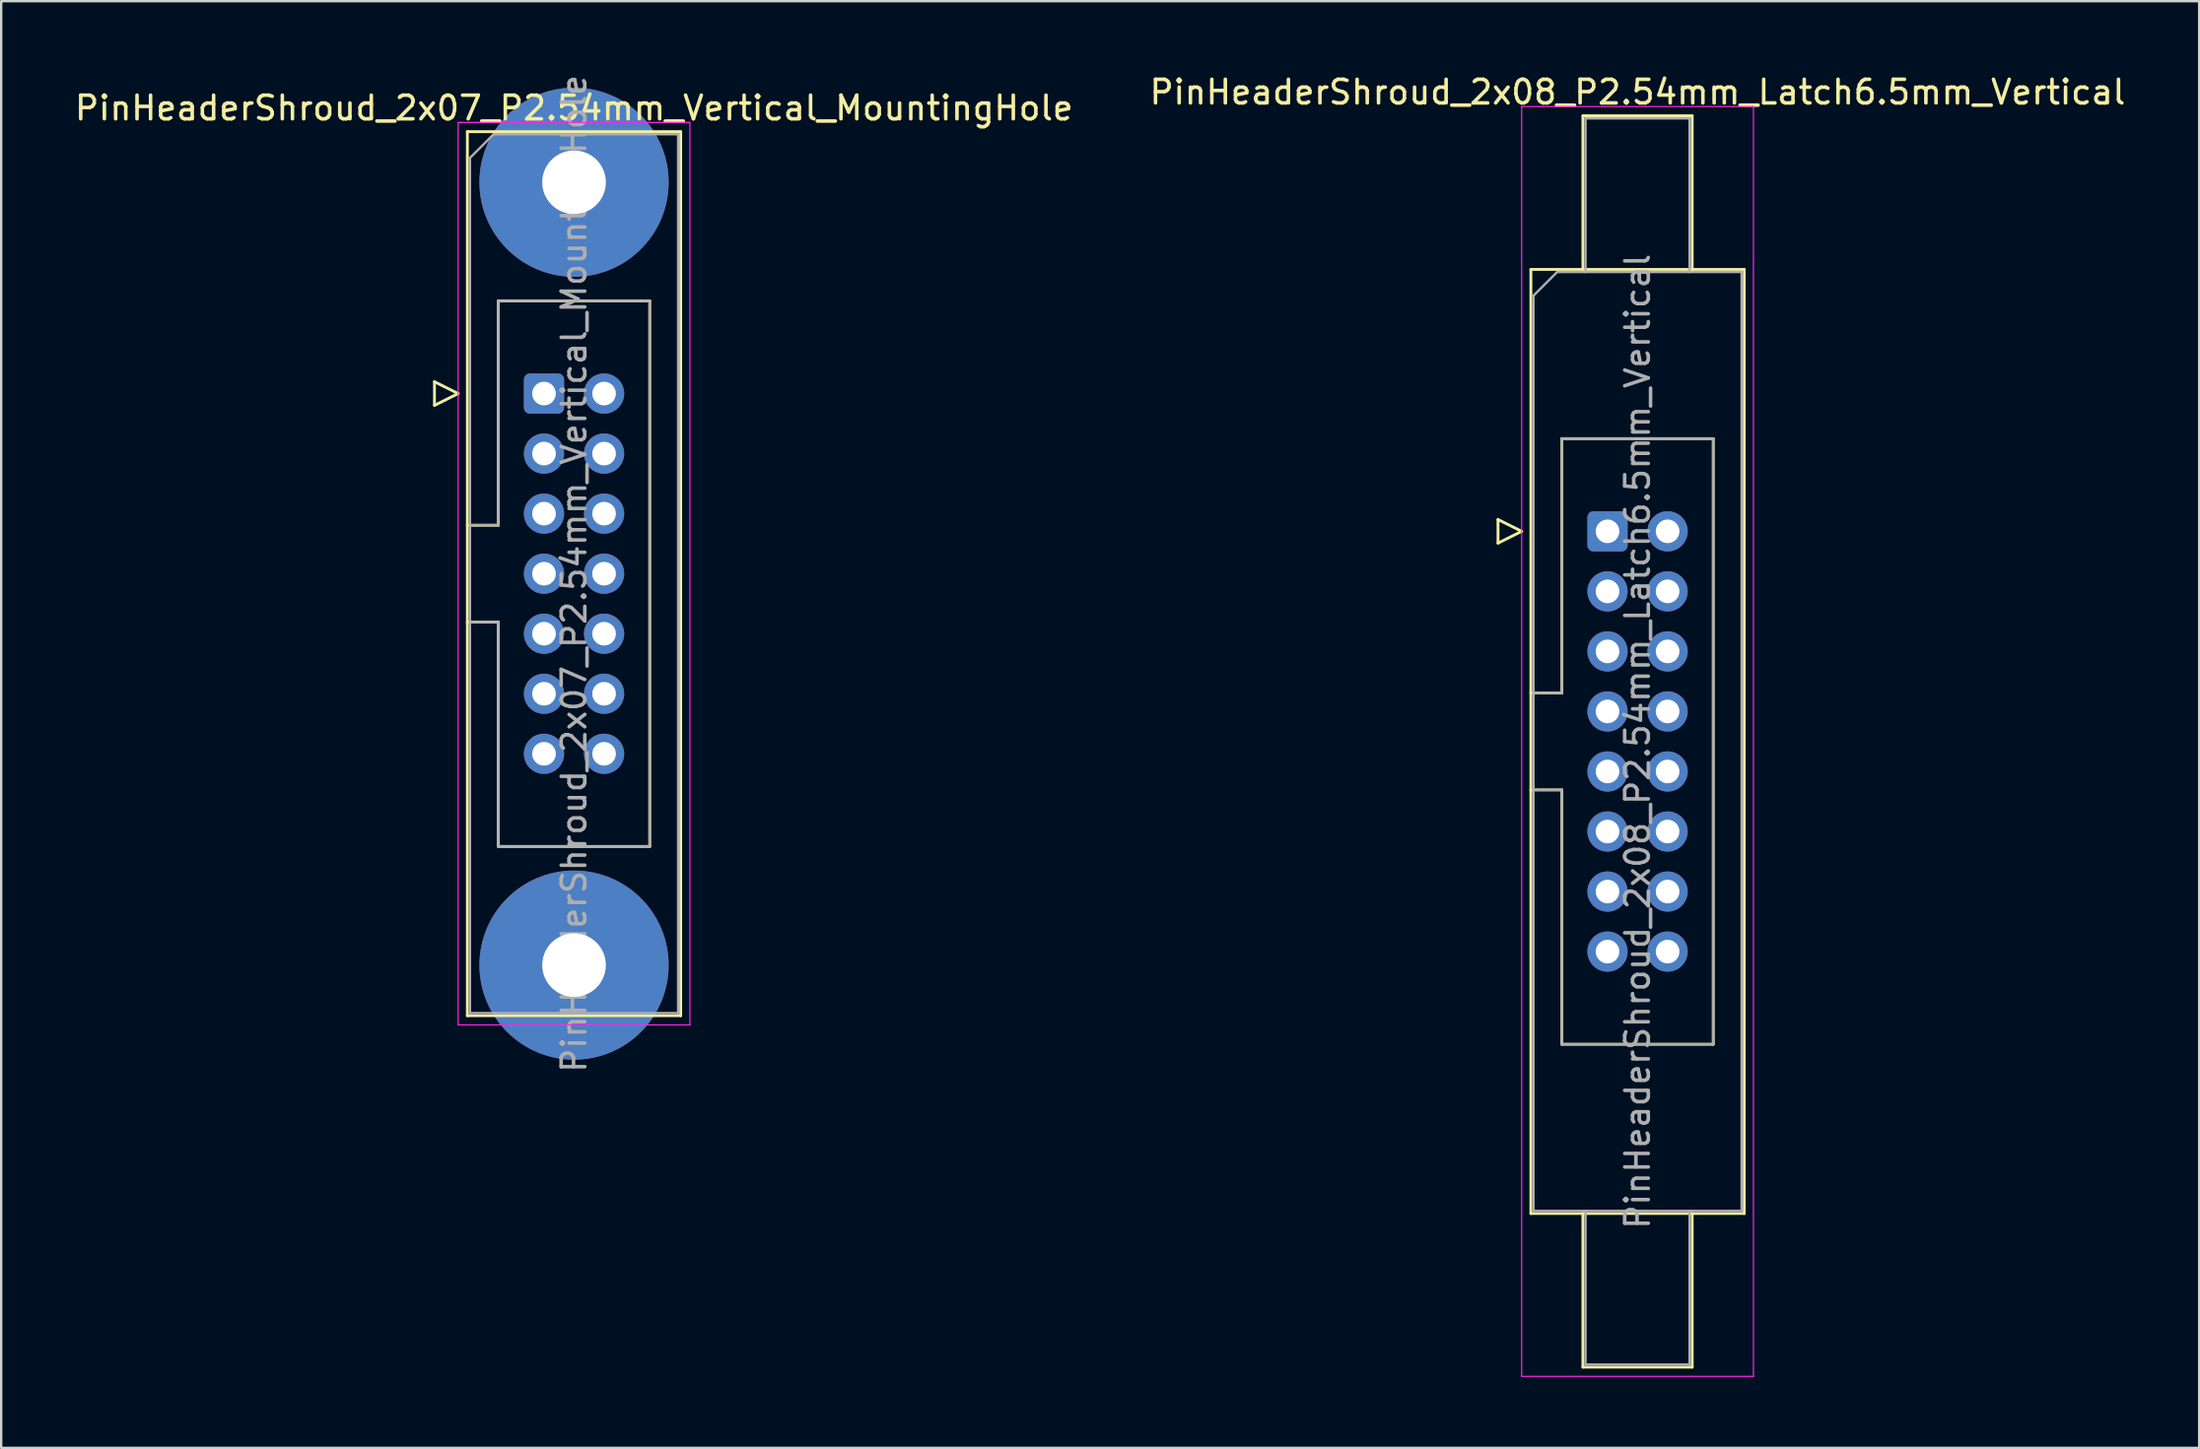
<source format=kicad_pcb>
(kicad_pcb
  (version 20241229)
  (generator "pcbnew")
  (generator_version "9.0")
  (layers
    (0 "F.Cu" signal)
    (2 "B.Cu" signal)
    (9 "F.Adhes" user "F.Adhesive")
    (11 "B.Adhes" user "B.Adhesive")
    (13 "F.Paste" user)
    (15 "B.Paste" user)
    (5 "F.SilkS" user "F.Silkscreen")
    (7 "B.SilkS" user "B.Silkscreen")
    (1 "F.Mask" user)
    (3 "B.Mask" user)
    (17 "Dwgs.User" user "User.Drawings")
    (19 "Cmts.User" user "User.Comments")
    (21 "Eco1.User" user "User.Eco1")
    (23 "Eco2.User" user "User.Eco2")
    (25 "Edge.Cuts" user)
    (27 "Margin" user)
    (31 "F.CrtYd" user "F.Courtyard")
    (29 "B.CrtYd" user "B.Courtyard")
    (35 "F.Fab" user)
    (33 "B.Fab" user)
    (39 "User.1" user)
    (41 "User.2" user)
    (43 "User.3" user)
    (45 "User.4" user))
  (footprint "PinHeaderShroud_2x07_P2.54mm_Vertical_MountingHole"
    (layer "F.Cu")
    (at 19.95 13.6)
    (property "Reference" "PinHeaderShroud_2x07_P2.54mm_Vertical_MountingHole" (at 1.27 -12.08 0) (layer "F.SilkS") (effects (font (size 1 1) (thickness 0.15))))
    (attr through_hole)
    (fp_line (start -4.63 -0.5) (end -4.63 0.5) (stroke (width 0.12) (type solid)) (layer "F.SilkS"))
    (fp_line (start -4.63 0.5) (end -3.63 0) (stroke (width 0.12) (type solid)) (layer "F.SilkS"))
    (fp_line (start -3.63 0) (end -4.63 -0.5) (stroke (width 0.12) (type solid)) (layer "F.SilkS"))
    (fp_line (start -3.24 -11.08) (end 5.78 -11.08) (stroke (width 0.12) (type solid)) (layer "F.SilkS"))
    (fp_line (start -3.24 5.57) (end -1.93 5.57) (stroke (width 0.12) (type solid)) (layer "F.SilkS"))
    (fp_line (start -3.24 9.67) (end -1.93 9.67) (stroke (width 0.12) (type solid)) (layer "F.SilkS"))
    (fp_line (start -3.24 26.32) (end -3.24 -11.08) (stroke (width 0.12) (type solid)) (layer "F.SilkS"))
    (fp_line (start -1.93 -3.92) (end 4.47 -3.92) (stroke (width 0.12) (type solid)) (layer "F.SilkS"))
    (fp_line (start -1.93 5.57) (end -1.93 -3.92) (stroke (width 0.12) (type solid)) (layer "F.SilkS"))
    (fp_line (start -1.93 19.16) (end -1.93 9.67) (stroke (width 0.12) (type solid)) (layer "F.SilkS"))
    (fp_line (start 4.47 -3.92) (end 4.47 19.16) (stroke (width 0.12) (type solid)) (layer "F.SilkS"))
    (fp_line (start 4.47 19.16) (end -1.93 19.16) (stroke (width 0.12) (type solid)) (layer "F.SilkS"))
    (fp_line (start 5.78 -11.08) (end 5.78 26.32) (stroke (width 0.12) (type solid)) (layer "F.SilkS"))
    (fp_line (start 5.78 26.32) (end -3.24 26.32) (stroke (width 0.12) (type solid)) (layer "F.SilkS"))
    (fp_line (start -3.63 -11.47) (end -3.63 26.71) (stroke (width 0.05) (type solid)) (layer "F.CrtYd"))
    (fp_line (start -3.63 26.71) (end 6.17 26.71) (stroke (width 0.05) (type solid)) (layer "F.CrtYd"))
    (fp_line (start 6.17 -11.47) (end -3.63 -11.47) (stroke (width 0.05) (type solid)) (layer "F.CrtYd"))
    (fp_line (start 6.17 26.71) (end 6.17 -11.47) (stroke (width 0.05) (type solid)) (layer "F.CrtYd"))
    (fp_line (start -3.13 -9.97) (end -2.13 -10.97) (stroke (width 0.1) (type solid)) (layer "F.Fab"))
    (fp_line (start -3.13 5.57) (end -1.93 5.57) (stroke (width 0.1) (type solid)) (layer "F.Fab"))
    (fp_line (start -3.13 9.67) (end -1.93 9.67) (stroke (width 0.1) (type solid)) (layer "F.Fab"))
    (fp_line (start -3.13 26.21) (end -3.13 -9.97) (stroke (width 0.1) (type solid)) (layer "F.Fab"))
    (fp_line (start -2.13 -10.97) (end 5.67 -10.97) (stroke (width 0.1) (type solid)) (layer "F.Fab"))
    (fp_line (start -1.93 -3.92) (end 4.47 -3.92) (stroke (width 0.1) (type solid)) (layer "F.Fab"))
    (fp_line (start -1.93 5.57) (end -1.93 -3.92) (stroke (width 0.1) (type solid)) (layer "F.Fab"))
    (fp_line (start -1.93 19.16) (end -1.93 9.67) (stroke (width 0.1) (type solid)) (layer "F.Fab"))
    (fp_line (start 4.47 -3.92) (end 4.47 19.16) (stroke (width 0.1) (type solid)) (layer "F.Fab"))
    (fp_line (start 4.47 19.16) (end -1.93 19.16) (stroke (width 0.1) (type solid)) (layer "F.Fab"))
    (fp_line (start 5.67 -10.97) (end 5.67 26.21) (stroke (width 0.1) (type solid)) (layer "F.Fab"))
    (fp_line (start 5.67 26.21) (end -3.13 26.21) (stroke (width 0.1) (type solid)) (layer "F.Fab"))
    (fp_text user "${REFERENCE}" (at 1.27 7.62 90) (layer "F.Fab") (effects (font (size 1 1) (thickness 0.15))))
    (pad "" thru_hole circle (at 1.27 -8.94) (size 8 8) (drill 2.69) (layers "*.Cu" "*.Mask"))
    (pad "" thru_hole circle (at 1.27 24.18) (size 8 8) (drill 2.69) (layers "*.Cu" "*.Mask"))
    (pad "1" thru_hole roundrect (at 0 0) (size 1.7 1.7) (drill 1) (layers "*.Cu" "*.Mask") (roundrect_rratio 0.147))
    (pad "2" thru_hole circle (at 2.54 0) (size 1.7 1.7) (drill 1) (layers "*.Cu" "*.Mask"))
    (pad "3" thru_hole circle (at 0 2.54) (size 1.7 1.7) (drill 1) (layers "*.Cu" "*.Mask"))
    (pad "4" thru_hole circle (at 2.54 2.54) (size 1.7 1.7) (drill 1) (layers "*.Cu" "*.Mask"))
    (pad "5" thru_hole circle (at 0 5.08) (size 1.7 1.7) (drill 1) (layers "*.Cu" "*.Mask"))
    (pad "6" thru_hole circle (at 2.54 5.08) (size 1.7 1.7) (drill 1) (layers "*.Cu" "*.Mask"))
    (pad "7" thru_hole circle (at 0 7.62) (size 1.7 1.7) (drill 1) (layers "*.Cu" "*.Mask"))
    (pad "8" thru_hole circle (at 2.54 7.62) (size 1.7 1.7) (drill 1) (layers "*.Cu" "*.Mask"))
    (pad "9" thru_hole circle (at 0 10.16) (size 1.7 1.7) (drill 1) (layers "*.Cu" "*.Mask"))
    (pad "10" thru_hole circle (at 2.54 10.16) (size 1.7 1.7) (drill 1) (layers "*.Cu" "*.Mask"))
    (pad "11" thru_hole circle (at 0 12.7) (size 1.7 1.7) (drill 1) (layers "*.Cu" "*.Mask"))
    (pad "12" thru_hole circle (at 2.54 12.7) (size 1.7 1.7) (drill 1) (layers "*.Cu" "*.Mask"))
    (pad "13" thru_hole circle (at 0 15.24) (size 1.7 1.7) (drill 1) (layers "*.Cu" "*.Mask"))
    (pad "14" thru_hole circle (at 2.54 15.24) (size 1.7 1.7) (drill 1) (layers "*.Cu" "*.Mask")))
  (footprint "PinHeaderShroud_2x08_P2.54mm_Latch6.5mm_Vertical"
    (layer "F.Cu")
    (at 64.915 19.428)
    (property "Reference" "PinHeaderShroud_2x08_P2.54mm_Latch6.5mm_Vertical" (at 1.27 -18.58 0) (layer "F.SilkS") (effects (font (size 1 1) (thickness 0.15))))
    (attr through_hole)
    (fp_line (start -4.63 -0.5) (end -4.63 0.5) (stroke (width 0.12) (type solid)) (layer "F.SilkS"))
    (fp_line (start -4.63 0.5) (end -3.63 0) (stroke (width 0.12) (type solid)) (layer "F.SilkS"))
    (fp_line (start -3.63 0) (end -4.63 -0.5) (stroke (width 0.12) (type solid)) (layer "F.SilkS"))
    (fp_line (start -3.24 -11.08) (end 5.78 -11.08) (stroke (width 0.12) (type solid)) (layer "F.SilkS"))
    (fp_line (start -3.24 6.84) (end -1.93 6.84) (stroke (width 0.12) (type solid)) (layer "F.SilkS"))
    (fp_line (start -3.24 10.94) (end -1.93 10.94) (stroke (width 0.12) (type solid)) (layer "F.SilkS"))
    (fp_line (start -3.24 28.86) (end -3.24 -11.08) (stroke (width 0.12) (type solid)) (layer "F.SilkS"))
    (fp_line (start -1.93 -3.92) (end 4.47 -3.92) (stroke (width 0.12) (type solid)) (layer "F.SilkS"))
    (fp_line (start -1.93 6.84) (end -1.93 -3.92) (stroke (width 0.12) (type solid)) (layer "F.SilkS"))
    (fp_line (start -1.93 21.7) (end -1.93 10.94) (stroke (width 0.12) (type solid)) (layer "F.SilkS"))
    (fp_line (start -1.04 -17.58) (end 3.58 -17.58) (stroke (width 0.12) (type solid)) (layer "F.SilkS"))
    (fp_line (start -1.04 -11.08) (end -1.04 -17.58) (stroke (width 0.12) (type solid)) (layer "F.SilkS"))
    (fp_line (start -1.04 28.86) (end -1.04 35.36) (stroke (width 0.12) (type solid)) (layer "F.SilkS"))
    (fp_line (start -1.04 35.36) (end 3.58 35.36) (stroke (width 0.12) (type solid)) (layer "F.SilkS"))
    (fp_line (start 3.58 -17.58) (end 3.58 -11.08) (stroke (width 0.12) (type solid)) (layer "F.SilkS"))
    (fp_line (start 3.58 35.36) (end 3.58 28.86) (stroke (width 0.12) (type solid)) (layer "F.SilkS"))
    (fp_line (start 4.47 -3.92) (end 4.47 21.7) (stroke (width 0.12) (type solid)) (layer "F.SilkS"))
    (fp_line (start 4.47 21.7) (end -1.93 21.7) (stroke (width 0.12) (type solid)) (layer "F.SilkS"))
    (fp_line (start 5.78 -11.08) (end 5.78 28.86) (stroke (width 0.12) (type solid)) (layer "F.SilkS"))
    (fp_line (start 5.78 28.86) (end -3.24 28.86) (stroke (width 0.12) (type solid)) (layer "F.SilkS"))
    (fp_line (start -3.63 -17.97) (end -3.63 35.75) (stroke (width 0.05) (type solid)) (layer "F.CrtYd"))
    (fp_line (start -3.63 35.75) (end 6.17 35.75) (stroke (width 0.05) (type solid)) (layer "F.CrtYd"))
    (fp_line (start 6.17 -17.97) (end -3.63 -17.97) (stroke (width 0.05) (type solid)) (layer "F.CrtYd"))
    (fp_line (start 6.17 35.75) (end 6.17 -17.97) (stroke (width 0.05) (type solid)) (layer "F.CrtYd"))
    (fp_line (start -3.13 -9.97) (end -2.13 -10.97) (stroke (width 0.1) (type solid)) (layer "F.Fab"))
    (fp_line (start -3.13 6.84) (end -1.93 6.84) (stroke (width 0.1) (type solid)) (layer "F.Fab"))
    (fp_line (start -3.13 10.94) (end -1.93 10.94) (stroke (width 0.1) (type solid)) (layer "F.Fab"))
    (fp_line (start -3.13 28.75) (end -3.13 -9.97) (stroke (width 0.1) (type solid)) (layer "F.Fab"))
    (fp_line (start -2.13 -10.97) (end 5.67 -10.97) (stroke (width 0.1) (type solid)) (layer "F.Fab"))
    (fp_line (start -1.93 -3.92) (end 4.47 -3.92) (stroke (width 0.1) (type solid)) (layer "F.Fab"))
    (fp_line (start -1.93 6.84) (end -1.93 -3.92) (stroke (width 0.1) (type solid)) (layer "F.Fab"))
    (fp_line (start -1.93 21.7) (end -1.93 10.94) (stroke (width 0.1) (type solid)) (layer "F.Fab"))
    (fp_line (start -0.93 -17.47) (end 3.47 -17.47) (stroke (width 0.1) (type solid)) (layer "F.Fab"))
    (fp_line (start -0.93 -10.97) (end -0.93 -17.47) (stroke (width 0.1) (type solid)) (layer "F.Fab"))
    (fp_line (start -0.93 28.75) (end -0.93 35.25) (stroke (width 0.1) (type solid)) (layer "F.Fab"))
    (fp_line (start -0.93 35.25) (end 3.47 35.25) (stroke (width 0.1) (type solid)) (layer "F.Fab"))
    (fp_line (start 3.47 -17.47) (end 3.47 -10.97) (stroke (width 0.1) (type solid)) (layer "F.Fab"))
    (fp_line (start 3.47 35.25) (end 3.47 28.75) (stroke (width 0.1) (type solid)) (layer "F.Fab"))
    (fp_line (start 4.47 -3.92) (end 4.47 21.7) (stroke (width 0.1) (type solid)) (layer "F.Fab"))
    (fp_line (start 4.47 21.7) (end -1.93 21.7) (stroke (width 0.1) (type solid)) (layer "F.Fab"))
    (fp_line (start 5.67 -10.97) (end 5.67 28.75) (stroke (width 0.1) (type solid)) (layer "F.Fab"))
    (fp_line (start 5.67 28.75) (end -3.13 28.75) (stroke (width 0.1) (type solid)) (layer "F.Fab"))
    (fp_text user "${REFERENCE}" (at 1.27 8.89 90) (layer "F.Fab") (effects (font (size 1 1) (thickness 0.15))))
    (pad "1" thru_hole roundrect (at 0 0) (size 1.7 1.7) (drill 1) (layers "*.Cu" "*.Mask") (roundrect_rratio 0.147))
    (pad "2" thru_hole circle (at 2.54 0) (size 1.7 1.7) (drill 1) (layers "*.Cu" "*.Mask"))
    (pad "3" thru_hole circle (at 0 2.54) (size 1.7 1.7) (drill 1) (layers "*.Cu" "*.Mask"))
    (pad "4" thru_hole circle (at 2.54 2.54) (size 1.7 1.7) (drill 1) (layers "*.Cu" "*.Mask"))
    (pad "5" thru_hole circle (at 0 5.08) (size 1.7 1.7) (drill 1) (layers "*.Cu" "*.Mask"))
    (pad "6" thru_hole circle (at 2.54 5.08) (size 1.7 1.7) (drill 1) (layers "*.Cu" "*.Mask"))
    (pad "7" thru_hole circle (at 0 7.62) (size 1.7 1.7) (drill 1) (layers "*.Cu" "*.Mask"))
    (pad "8" thru_hole circle (at 2.54 7.62) (size 1.7 1.7) (drill 1) (layers "*.Cu" "*.Mask"))
    (pad "9" thru_hole circle (at 0 10.16) (size 1.7 1.7) (drill 1) (layers "*.Cu" "*.Mask"))
    (pad "10" thru_hole circle (at 2.54 10.16) (size 1.7 1.7) (drill 1) (layers "*.Cu" "*.Mask"))
    (pad "11" thru_hole circle (at 0 12.7) (size 1.7 1.7) (drill 1) (layers "*.Cu" "*.Mask"))
    (pad "12" thru_hole circle (at 2.54 12.7) (size 1.7 1.7) (drill 1) (layers "*.Cu" "*.Mask"))
    (pad "13" thru_hole circle (at 0 15.24) (size 1.7 1.7) (drill 1) (layers "*.Cu" "*.Mask"))
    (pad "14" thru_hole circle (at 2.54 15.24) (size 1.7 1.7) (drill 1) (layers "*.Cu" "*.Mask"))
    (pad "15" thru_hole circle (at 0 17.78) (size 1.7 1.7) (drill 1) (layers "*.Cu" "*.Mask"))
    (pad "16" thru_hole circle (at 2.54 17.78) (size 1.7 1.7) (drill 1) (layers "*.Cu" "*.Mask")))
  (gr_rect
    (start -3 -3)
    (end 89.929 58.203)
    (stroke (width 0.1) (type default))
    (fill no)
    (layer "Edge.Cuts")))
</source>
